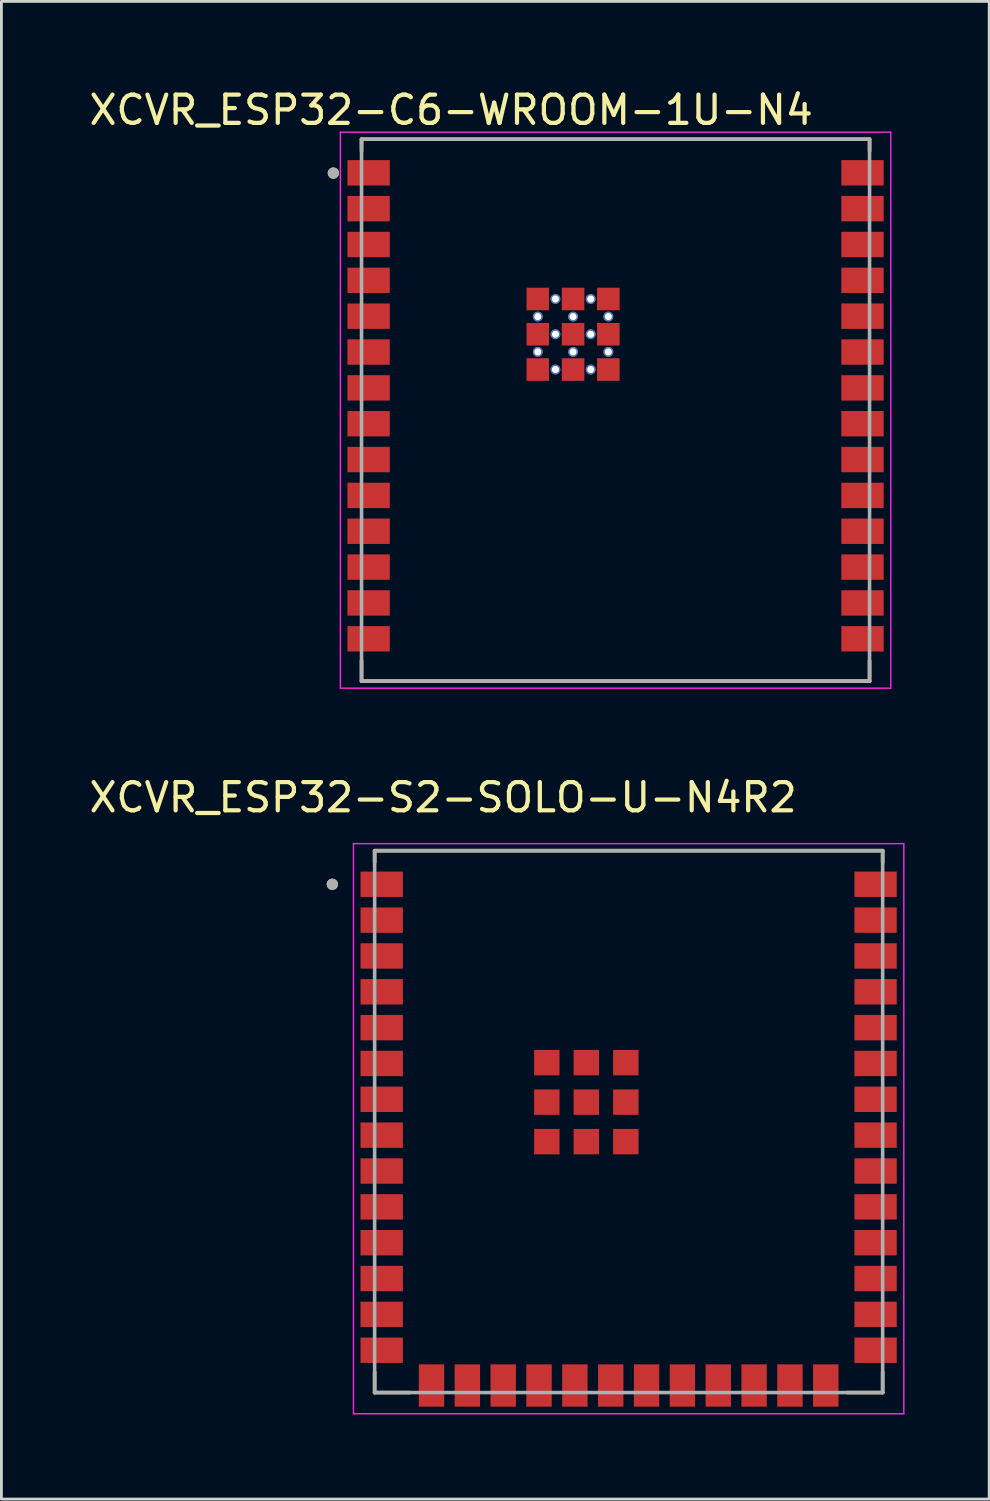
<source format=kicad_pcb>
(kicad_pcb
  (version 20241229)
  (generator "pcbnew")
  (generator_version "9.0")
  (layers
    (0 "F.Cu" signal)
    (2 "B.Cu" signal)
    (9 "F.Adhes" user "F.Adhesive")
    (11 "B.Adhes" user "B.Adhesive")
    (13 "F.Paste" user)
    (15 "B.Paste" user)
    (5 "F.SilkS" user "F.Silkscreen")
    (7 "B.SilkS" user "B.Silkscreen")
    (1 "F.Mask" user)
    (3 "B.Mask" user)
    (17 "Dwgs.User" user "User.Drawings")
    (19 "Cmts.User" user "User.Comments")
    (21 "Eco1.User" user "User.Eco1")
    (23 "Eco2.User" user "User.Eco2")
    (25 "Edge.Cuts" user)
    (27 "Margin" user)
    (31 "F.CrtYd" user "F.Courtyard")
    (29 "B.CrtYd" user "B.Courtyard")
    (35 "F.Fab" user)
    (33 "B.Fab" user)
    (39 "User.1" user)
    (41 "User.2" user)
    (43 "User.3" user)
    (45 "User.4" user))
  (footprint "XCVR_ESP32-C6-WROOM-1U-N4"
    (layer "F.Cu")
    (at 18.76 11.483)
    (property "Reference" "XCVR_ESP32-C6-WROOM-1U-N4" (at -5.825 -10.635 0) (layer "F.SilkS") (effects (font (size 1 1) (thickness 0.15))))
    (attr smd)
    (fp_line (start -9 -9.6) (end 9 -9.6) (stroke (width 0.127) (type solid)) (layer "F.SilkS"))
    (fp_line (start -9 -9.18) (end -9 -9.6) (stroke (width 0.127) (type solid)) (layer "F.SilkS"))
    (fp_line (start -9 9.6) (end -9 8.87) (stroke (width 0.127) (type solid)) (layer "F.SilkS"))
    (fp_line (start -9 9.6) (end 9 9.6) (stroke (width 0.127) (type solid)) (layer "F.SilkS"))
    (fp_line (start 9 -9.6) (end 9 -9.18) (stroke (width 0.127) (type solid)) (layer "F.SilkS"))
    (fp_line (start 9 8.87) (end 9 9.6) (stroke (width 0.127) (type solid)) (layer "F.SilkS"))
    (fp_circle (center -10 -8.4) (end -9.9 -8.4) (stroke (width 0.2) (type solid)) (fill no) (layer "F.SilkS"))
    (fp_line (start -9.75 -9.85) (end -9.75 9.85) (stroke (width 0.05) (type solid)) (layer "F.CrtYd"))
    (fp_line (start -9.75 9.85) (end 9.75 9.85) (stroke (width 0.05) (type solid)) (layer "F.CrtYd"))
    (fp_line (start 9.75 -9.85) (end -9.75 -9.85) (stroke (width 0.05) (type solid)) (layer "F.CrtYd"))
    (fp_line (start 9.75 9.85) (end 9.75 -9.85) (stroke (width 0.05) (type solid)) (layer "F.CrtYd"))
    (fp_line (start -9 -9.6) (end 9 -9.6) (stroke (width 0.127) (type solid)) (layer "F.Fab"))
    (fp_line (start -9 9.6) (end -9 -9.6) (stroke (width 0.127) (type solid)) (layer "F.Fab"))
    (fp_line (start -9 9.6) (end 9 9.6) (stroke (width 0.127) (type solid)) (layer "F.Fab"))
    (fp_line (start 9 -9.6) (end 9 9.6) (stroke (width 0.127) (type solid)) (layer "F.Fab"))
    (fp_circle (center -10 -8.4) (end -9.9 -8.4) (stroke (width 0.2) (type solid)) (fill no) (layer "F.Fab"))
    (pad "1" smd rect (at -8.75 -8.41) (size 1.5 0.9) (layers "F.Cu" "F.Mask" "F.Paste"))
    (pad "2" smd rect (at -8.75 -7.14) (size 1.5 0.9) (layers "F.Cu" "F.Mask" "F.Paste"))
    (pad "3" smd rect (at -8.75 -5.87) (size 1.5 0.9) (layers "F.Cu" "F.Mask" "F.Paste"))
    (pad "4" smd rect (at -8.75 -4.6) (size 1.5 0.9) (layers "F.Cu" "F.Mask" "F.Paste"))
    (pad "5" smd rect (at -8.75 -3.33) (size 1.5 0.9) (layers "F.Cu" "F.Mask" "F.Paste"))
    (pad "6" smd rect (at -8.75 -2.06) (size 1.5 0.9) (layers "F.Cu" "F.Mask" "F.Paste"))
    (pad "7" smd rect (at -8.75 -0.79) (size 1.5 0.9) (layers "F.Cu" "F.Mask" "F.Paste"))
    (pad "8" smd rect (at -8.75 0.48) (size 1.5 0.9) (layers "F.Cu" "F.Mask" "F.Paste"))
    (pad "9" smd rect (at -8.75 1.75) (size 1.5 0.9) (layers "F.Cu" "F.Mask" "F.Paste"))
    (pad "10" smd rect (at -8.75 3.02) (size 1.5 0.9) (layers "F.Cu" "F.Mask" "F.Paste"))
    (pad "11" smd rect (at -8.75 4.29) (size 1.5 0.9) (layers "F.Cu" "F.Mask" "F.Paste"))
    (pad "12" smd rect (at -8.75 5.56) (size 1.5 0.9) (layers "F.Cu" "F.Mask" "F.Paste"))
    (pad "13" smd rect (at -8.75 6.83) (size 1.5 0.9) (layers "F.Cu" "F.Mask" "F.Paste"))
    (pad "14" smd rect (at -8.75 8.1) (size 1.5 0.9) (layers "F.Cu" "F.Mask" "F.Paste"))
    (pad "15" smd rect (at 8.75 8.1) (size 1.5 0.9) (layers "F.Cu" "F.Mask" "F.Paste"))
    (pad "16" smd rect (at 8.75 6.83) (size 1.5 0.9) (layers "F.Cu" "F.Mask" "F.Paste"))
    (pad "17" smd rect (at 8.75 5.56) (size 1.5 0.9) (layers "F.Cu" "F.Mask" "F.Paste"))
    (pad "18" smd rect (at 8.75 4.29) (size 1.5 0.9) (layers "F.Cu" "F.Mask" "F.Paste"))
    (pad "19" smd rect (at 8.75 3.02) (size 1.5 0.9) (layers "F.Cu" "F.Mask" "F.Paste"))
    (pad "20" smd rect (at 8.75 1.75) (size 1.5 0.9) (layers "F.Cu" "F.Mask" "F.Paste"))
    (pad "21" smd rect (at 8.75 0.48) (size 1.5 0.9) (layers "F.Cu" "F.Mask" "F.Paste"))
    (pad "22" smd rect (at 8.75 -0.79) (size 1.5 0.9) (layers "F.Cu" "F.Mask" "F.Paste"))
    (pad "23" smd rect (at 8.75 -2.06) (size 1.5 0.9) (layers "F.Cu" "F.Mask" "F.Paste"))
    (pad "24" smd rect (at 8.75 -3.33) (size 1.5 0.9) (layers "F.Cu" "F.Mask" "F.Paste"))
    (pad "25" smd rect (at 8.75 -4.6) (size 1.5 0.9) (layers "F.Cu" "F.Mask" "F.Paste"))
    (pad "26" smd rect (at 8.75 -5.87) (size 1.5 0.9) (layers "F.Cu" "F.Mask" "F.Paste"))
    (pad "27" smd rect (at 8.75 -7.14) (size 1.5 0.9) (layers "F.Cu" "F.Mask" "F.Paste"))
    (pad "28" smd rect (at 8.75 -8.41) (size 1.5 0.9) (layers "F.Cu" "F.Mask" "F.Paste"))
    (pad "29_1" smd rect (at -2.755 -3.94) (size 0.8 0.8) (layers "F.Cu" "F.Mask" "F.Paste"))
    (pad "29_2" smd rect (at -1.505 -3.94) (size 0.8 0.8) (layers "F.Cu" "F.Mask" "F.Paste"))
    (pad "29_3" smd rect (at -0.255 -3.94) (size 0.8 0.8) (layers "F.Cu" "F.Mask" "F.Paste"))
    (pad "29_4" smd rect (at -2.755 -2.69) (size 0.8 0.8) (layers "F.Cu" "F.Mask" "F.Paste"))
    (pad "29_5" smd rect (at -1.505 -2.69) (size 0.8 0.8) (layers "F.Cu" "F.Mask" "F.Paste"))
    (pad "29_6" smd rect (at -0.255 -2.69) (size 0.8 0.8) (layers "F.Cu" "F.Mask" "F.Paste"))
    (pad "29_7" smd rect (at -2.755 -1.44) (size 0.8 0.8) (layers "F.Cu" "F.Mask" "F.Paste"))
    (pad "29_8" smd rect (at -1.505 -1.44) (size 0.8 0.8) (layers "F.Cu" "F.Mask" "F.Paste"))
    (pad "29_9" smd rect (at -0.255 -1.44) (size 0.8 0.8) (layers "F.Cu" "F.Mask" "F.Paste"))
    (pad "30_1" thru_hole circle (at -2.13 -3.94) (size 0.35 0.35) (drill 0.25) (layers "*.Cu"))
    (pad "30_2" thru_hole circle (at -0.88 -3.94) (size 0.35 0.35) (drill 0.25) (layers "*.Cu"))
    (pad "30_3" thru_hole circle (at -2.755 -3.315) (size 0.35 0.35) (drill 0.25) (layers "*.Cu"))
    (pad "30_4" thru_hole circle (at -1.505 -3.315) (size 0.35 0.35) (drill 0.25) (layers "*.Cu"))
    (pad "30_5" thru_hole circle (at -0.255 -3.315) (size 0.35 0.35) (drill 0.25) (layers "*.Cu"))
    (pad "30_6" thru_hole circle (at -2.13 -2.69) (size 0.35 0.35) (drill 0.25) (layers "*.Cu"))
    (pad "30_7" thru_hole circle (at -0.88 -2.69) (size 0.35 0.35) (drill 0.25) (layers "*.Cu"))
    (pad "30_8" thru_hole circle (at -2.755 -2.065) (size 0.35 0.35) (drill 0.25) (layers "*.Cu"))
    (pad "30_9" thru_hole circle (at -1.505 -2.065) (size 0.35 0.35) (drill 0.25) (layers "*.Cu"))
    (pad "30_10" thru_hole circle (at -0.255 -2.065) (size 0.35 0.35) (drill 0.25) (layers "*.Cu"))
    (pad "30_11" thru_hole circle (at -2.13 -1.44) (size 0.35 0.35) (drill 0.25) (layers "*.Cu"))
    (pad "30_12" thru_hole circle (at -0.88 -1.44) (size 0.35 0.35) (drill 0.25) (layers "*.Cu")))
  (footprint "XCVR_ESP32-S2-SOLO-U-N4R2"
    (layer "F.Cu")
    (at 19.224 36.691)
    (property "Reference" "XCVR_ESP32-S2-SOLO-U-N4R2" (at -6.575 -11.485 0) (layer "F.SilkS") (effects (font (size 1 1) (thickness 0.15))))
    (attr smd)
    (fp_line (start -9 -9.6) (end 9 -9.6) (stroke (width 0.127) (type solid)) (layer "F.SilkS"))
    (fp_line (start -9 -9.18) (end -9 -9.6) (stroke (width 0.127) (type solid)) (layer "F.SilkS"))
    (fp_line (start -9 9.6) (end -9 8.87) (stroke (width 0.127) (type solid)) (layer "F.SilkS"))
    (fp_line (start -7.755 9.6) (end -9 9.6) (stroke (width 0.127) (type solid)) (layer "F.SilkS"))
    (fp_line (start 9 -9.6) (end 9 -9.18) (stroke (width 0.127) (type solid)) (layer "F.SilkS"))
    (fp_line (start 9 9.6) (end 7.755 9.6) (stroke (width 0.127) (type solid)) (layer "F.SilkS"))
    (fp_line (start 9 9.6) (end 9 8.87) (stroke (width 0.127) (type solid)) (layer "F.SilkS"))
    (fp_circle (center -10.5 -8.41) (end -10.4 -8.41) (stroke (width 0.2) (type solid)) (fill no) (layer "F.SilkS"))
    (fp_line (start -9.75 -9.85) (end -9.75 10.35) (stroke (width 0.05) (type solid)) (layer "F.CrtYd"))
    (fp_line (start -9.75 10.35) (end 9.75 10.35) (stroke (width 0.05) (type solid)) (layer "F.CrtYd"))
    (fp_line (start 9.75 -9.85) (end -9.75 -9.85) (stroke (width 0.05) (type solid)) (layer "F.CrtYd"))
    (fp_line (start 9.75 10.35) (end 9.75 -9.85) (stroke (width 0.05) (type solid)) (layer "F.CrtYd"))
    (fp_line (start -9 -9.6) (end 9 -9.6) (stroke (width 0.127) (type solid)) (layer "F.Fab"))
    (fp_line (start -9 9.6) (end -9 -9.6) (stroke (width 0.127) (type solid)) (layer "F.Fab"))
    (fp_line (start 9 -9.6) (end 9 9.6) (stroke (width 0.127) (type solid)) (layer "F.Fab"))
    (fp_line (start 9 9.6) (end -9 9.6) (stroke (width 0.127) (type solid)) (layer "F.Fab"))
    (fp_circle (center -10.5 -8.41) (end -10.4 -8.41) (stroke (width 0.2) (type solid)) (fill no) (layer "F.Fab"))
    (pad "1" smd rect (at -8.75 -8.41) (size 1.5 0.9) (layers "F.Cu" "F.Mask" "F.Paste"))
    (pad "2" smd rect (at -8.75 -7.14) (size 1.5 0.9) (layers "F.Cu" "F.Mask" "F.Paste"))
    (pad "3" smd rect (at -8.75 -5.87) (size 1.5 0.9) (layers "F.Cu" "F.Mask" "F.Paste"))
    (pad "4" smd rect (at -8.75 -4.6) (size 1.5 0.9) (layers "F.Cu" "F.Mask" "F.Paste"))
    (pad "5" smd rect (at -8.75 -3.33) (size 1.5 0.9) (layers "F.Cu" "F.Mask" "F.Paste"))
    (pad "6" smd rect (at -8.75 -2.06) (size 1.5 0.9) (layers "F.Cu" "F.Mask" "F.Paste"))
    (pad "7" smd rect (at -8.75 -0.79) (size 1.5 0.9) (layers "F.Cu" "F.Mask" "F.Paste"))
    (pad "8" smd rect (at -8.75 0.48) (size 1.5 0.9) (layers "F.Cu" "F.Mask" "F.Paste"))
    (pad "9" smd rect (at -8.75 1.75) (size 1.5 0.9) (layers "F.Cu" "F.Mask" "F.Paste"))
    (pad "10" smd rect (at -8.75 3.02) (size 1.5 0.9) (layers "F.Cu" "F.Mask" "F.Paste"))
    (pad "11" smd rect (at -8.75 4.29) (size 1.5 0.9) (layers "F.Cu" "F.Mask" "F.Paste"))
    (pad "12" smd rect (at -8.75 5.56) (size 1.5 0.9) (layers "F.Cu" "F.Mask" "F.Paste"))
    (pad "13" smd rect (at -8.75 6.83) (size 1.5 0.9) (layers "F.Cu" "F.Mask" "F.Paste"))
    (pad "14" smd rect (at -8.75 8.1) (size 1.5 0.9) (layers "F.Cu" "F.Mask" "F.Paste"))
    (pad "15" smd rect (at -6.985 9.35) (size 0.9 1.5) (layers "F.Cu" "F.Mask" "F.Paste"))
    (pad "16" smd rect (at -5.715 9.35) (size 0.9 1.5) (layers "F.Cu" "F.Mask" "F.Paste"))
    (pad "17" smd rect (at -4.445 9.35) (size 0.9 1.5) (layers "F.Cu" "F.Mask" "F.Paste"))
    (pad "18" smd rect (at -3.175 9.35) (size 0.9 1.5) (layers "F.Cu" "F.Mask" "F.Paste"))
    (pad "19" smd rect (at -1.905 9.35) (size 0.9 1.5) (layers "F.Cu" "F.Mask" "F.Paste"))
    (pad "20" smd rect (at -0.635 9.35) (size 0.9 1.5) (layers "F.Cu" "F.Mask" "F.Paste"))
    (pad "21" smd rect (at 0.635 9.35) (size 0.9 1.5) (layers "F.Cu" "F.Mask" "F.Paste"))
    (pad "22" smd rect (at 1.905 9.35) (size 0.9 1.5) (layers "F.Cu" "F.Mask" "F.Paste"))
    (pad "23" smd rect (at 3.175 9.35) (size 0.9 1.5) (layers "F.Cu" "F.Mask" "F.Paste"))
    (pad "24" smd rect (at 4.445 9.35) (size 0.9 1.5) (layers "F.Cu" "F.Mask" "F.Paste"))
    (pad "25" smd rect (at 5.715 9.35) (size 0.9 1.5) (layers "F.Cu" "F.Mask" "F.Paste"))
    (pad "26" smd rect (at 6.985 9.35) (size 0.9 1.5) (layers "F.Cu" "F.Mask" "F.Paste"))
    (pad "27" smd rect (at 8.75 8.1) (size 1.5 0.9) (layers "F.Cu" "F.Mask" "F.Paste"))
    (pad "28" smd rect (at 8.75 6.83) (size 1.5 0.9) (layers "F.Cu" "F.Mask" "F.Paste"))
    (pad "29" smd rect (at 8.75 5.56) (size 1.5 0.9) (layers "F.Cu" "F.Mask" "F.Paste"))
    (pad "30" smd rect (at 8.75 4.29) (size 1.5 0.9) (layers "F.Cu" "F.Mask" "F.Paste"))
    (pad "31" smd rect (at 8.75 3.02) (size 1.5 0.9) (layers "F.Cu" "F.Mask" "F.Paste"))
    (pad "32" smd rect (at 8.75 1.75) (size 1.5 0.9) (layers "F.Cu" "F.Mask" "F.Paste"))
    (pad "33" smd rect (at 8.75 0.48) (size 1.5 0.9) (layers "F.Cu" "F.Mask" "F.Paste"))
    (pad "34" smd rect (at 8.75 -0.79) (size 1.5 0.9) (layers "F.Cu" "F.Mask" "F.Paste"))
    (pad "35" smd rect (at 8.75 -2.06) (size 1.5 0.9) (layers "F.Cu" "F.Mask" "F.Paste"))
    (pad "36" smd rect (at 8.75 -3.33) (size 1.5 0.9) (layers "F.Cu" "F.Mask" "F.Paste"))
    (pad "37" smd rect (at 8.75 -4.6) (size 1.5 0.9) (layers "F.Cu" "F.Mask" "F.Paste"))
    (pad "38" smd rect (at 8.75 -5.87) (size 1.5 0.9) (layers "F.Cu" "F.Mask" "F.Paste"))
    (pad "39" smd rect (at 8.75 -7.14) (size 1.5 0.9) (layers "F.Cu" "F.Mask" "F.Paste"))
    (pad "40" smd rect (at 8.75 -8.41) (size 1.5 0.9) (layers "F.Cu" "F.Mask" "F.Paste"))
    (pad "41_1" smd rect (at -2.9 -2.09) (size 0.9 0.9) (layers "F.Cu" "F.Mask" "F.Paste"))
    (pad "41_2" smd rect (at -1.5 -2.09) (size 0.9 0.9) (layers "F.Cu" "F.Mask" "F.Paste"))
    (pad "41_3" smd rect (at -0.1 -2.09) (size 0.9 0.9) (layers "F.Cu" "F.Mask" "F.Paste"))
    (pad "41_4" smd rect (at -2.9 -0.69) (size 0.9 0.9) (layers "F.Cu" "F.Mask" "F.Paste"))
    (pad "41_5" smd rect (at -1.5 -0.69) (size 0.9 0.9) (layers "F.Cu" "F.Mask" "F.Paste"))
    (pad "41_6" smd rect (at -0.1 -0.69) (size 0.9 0.9) (layers "F.Cu" "F.Mask" "F.Paste"))
    (pad "41_7" smd rect (at -2.9 0.71) (size 0.9 0.9) (layers "F.Cu" "F.Mask" "F.Paste"))
    (pad "41_8" smd rect (at -1.5 0.71) (size 0.9 0.9) (layers "F.Cu" "F.Mask" "F.Paste"))
    (pad "41_9" smd rect (at -0.1 0.71) (size 0.9 0.9) (layers "F.Cu" "F.Mask" "F.Paste")))
  (gr_rect
    (start -3 -3)
    (end 31.999 50.066)
    (stroke (width 0.1) (type default))
    (fill no)
    (layer "Edge.Cuts")))
</source>
